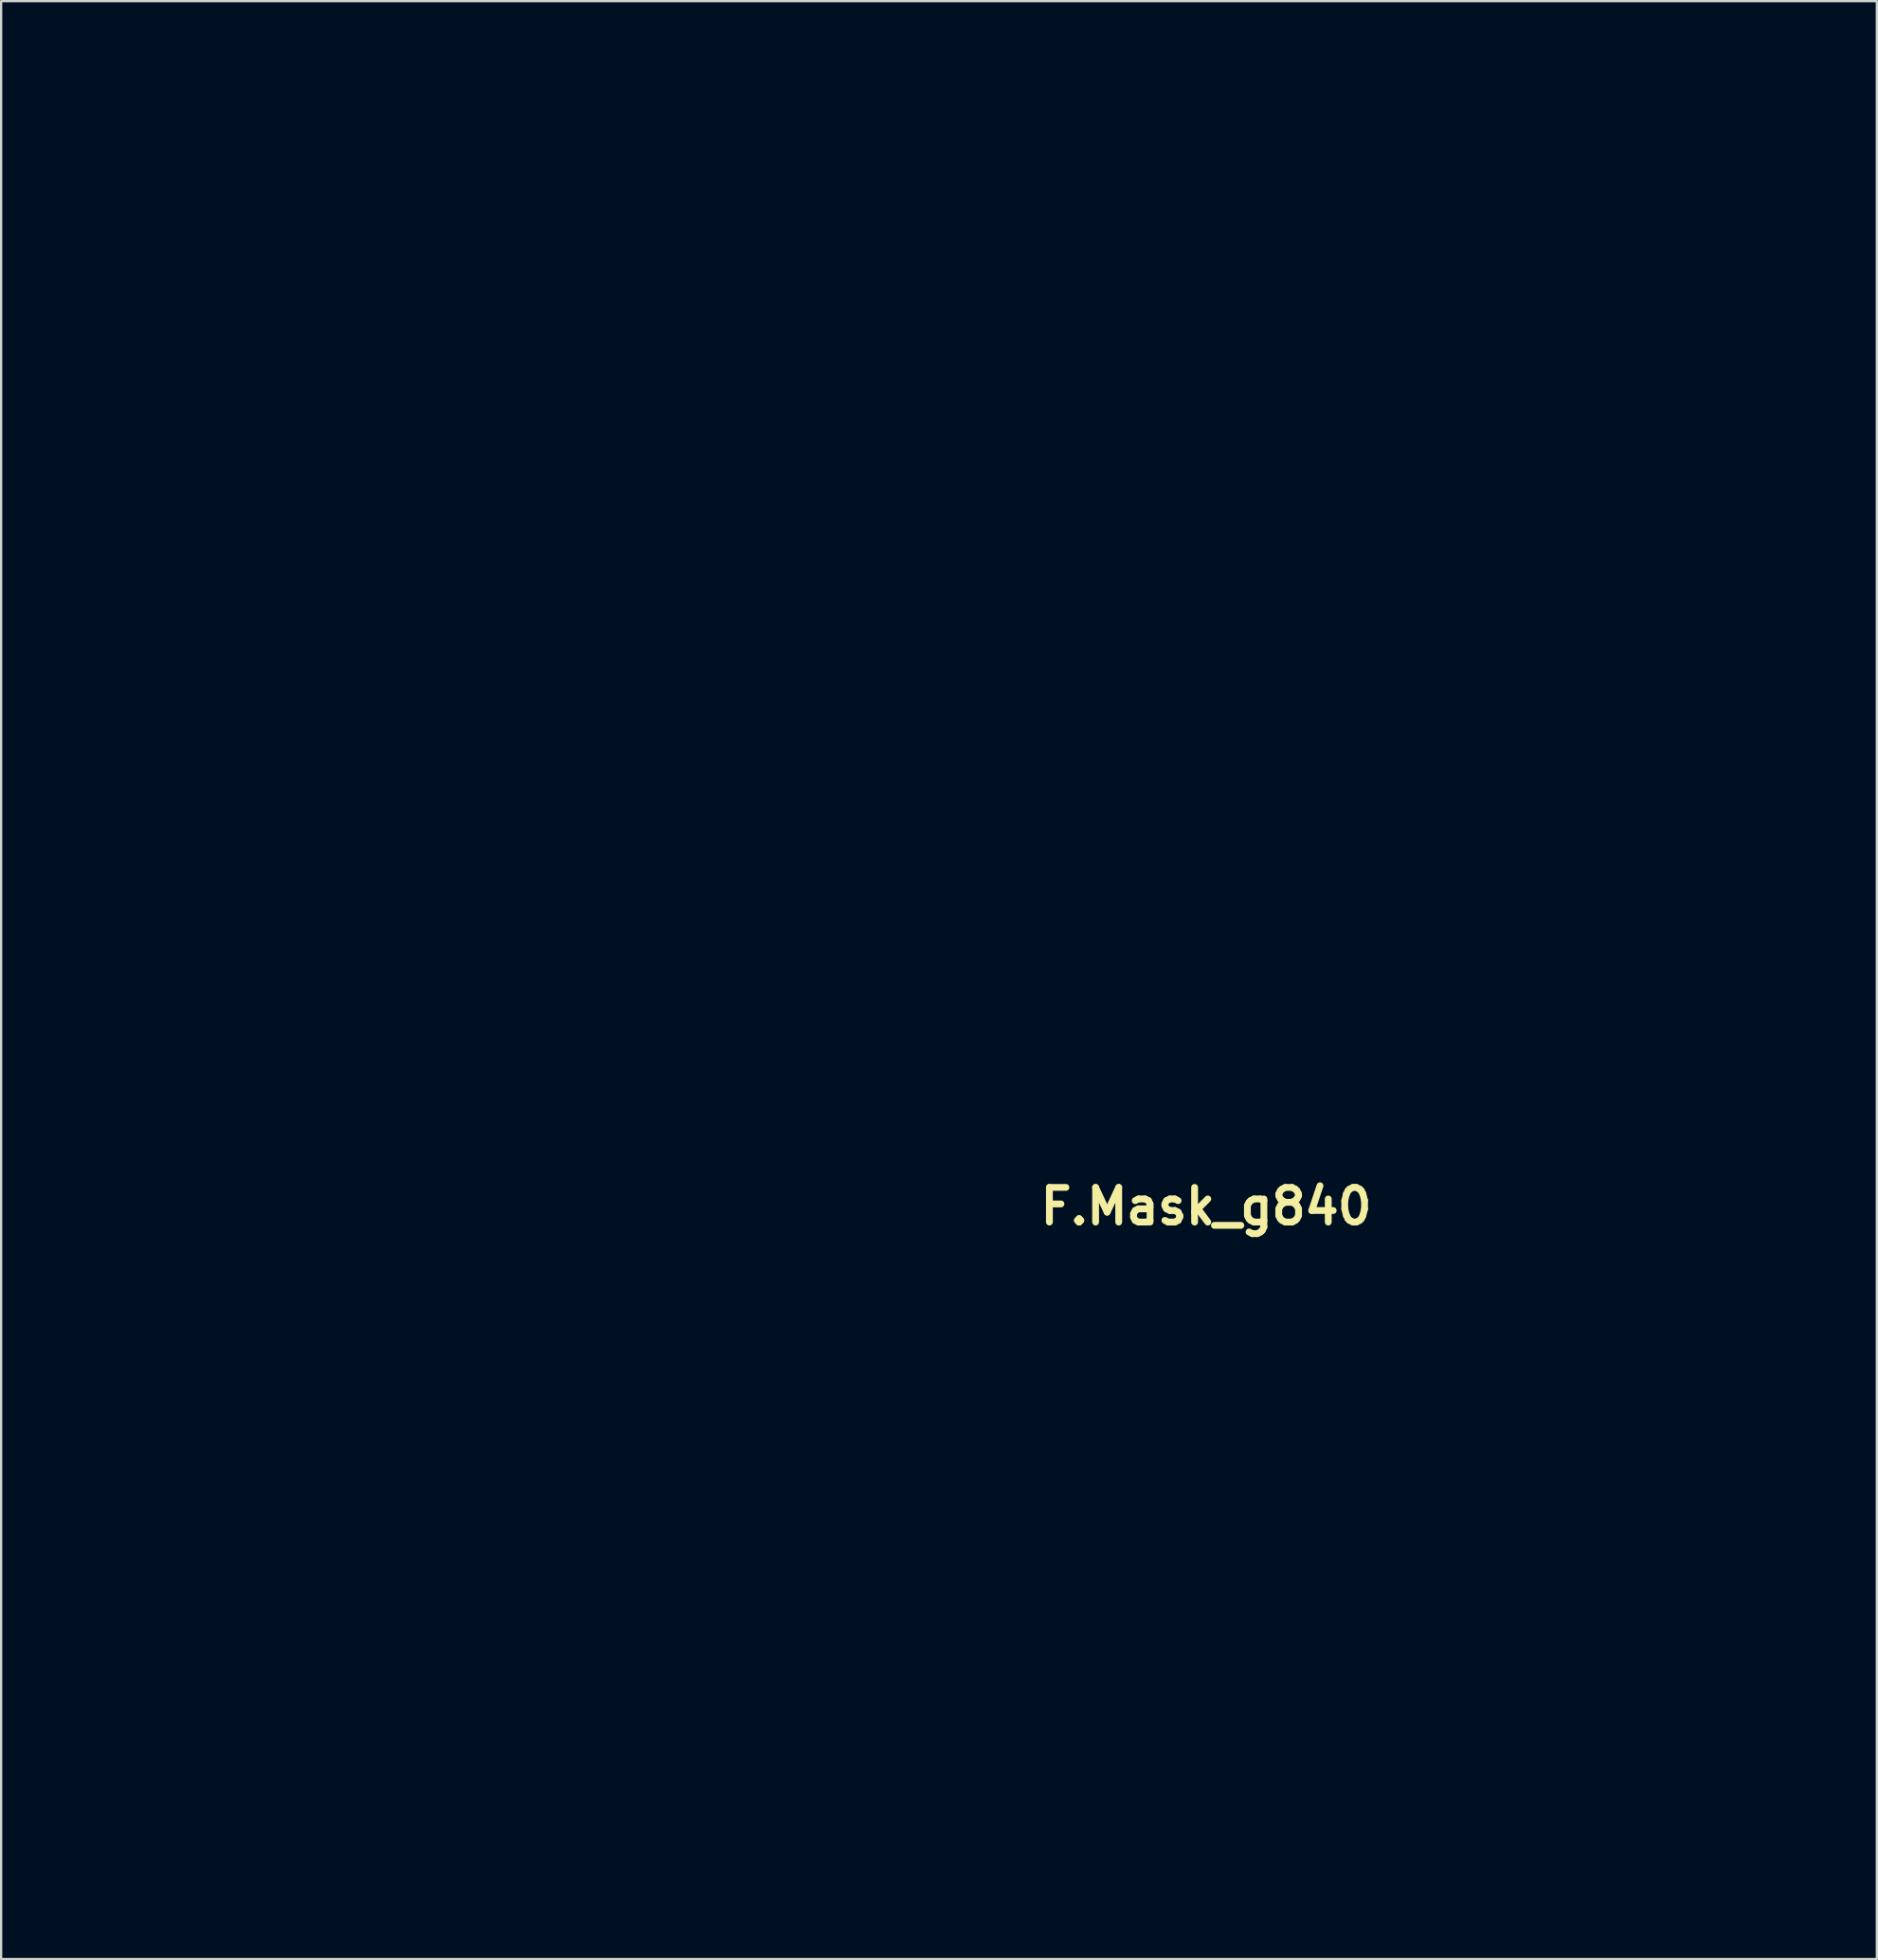
<source format=kicad_pcb>
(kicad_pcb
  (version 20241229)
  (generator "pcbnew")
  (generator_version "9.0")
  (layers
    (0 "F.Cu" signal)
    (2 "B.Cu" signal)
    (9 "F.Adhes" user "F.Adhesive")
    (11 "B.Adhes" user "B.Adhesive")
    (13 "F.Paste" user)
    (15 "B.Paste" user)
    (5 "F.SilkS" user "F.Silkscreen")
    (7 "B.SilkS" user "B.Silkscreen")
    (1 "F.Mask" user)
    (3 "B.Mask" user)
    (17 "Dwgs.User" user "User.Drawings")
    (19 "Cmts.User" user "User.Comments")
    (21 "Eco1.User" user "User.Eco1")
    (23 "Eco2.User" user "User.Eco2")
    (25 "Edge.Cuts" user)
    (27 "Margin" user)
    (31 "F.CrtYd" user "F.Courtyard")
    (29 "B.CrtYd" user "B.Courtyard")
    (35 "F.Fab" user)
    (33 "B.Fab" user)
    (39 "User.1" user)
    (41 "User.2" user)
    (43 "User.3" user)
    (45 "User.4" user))
  (footprint "F.Mask_g840"
    (layer "F.Cu")
    (at 50.001 49.997)
    (property "Reference" "F.Mask_g840" (at 0 0 0) (layer "F.SilkS") (effects (font (size 1.524 1.524) (thickness 0.3))))
    (attr through_hole)
    (fp_poly (pts (xy -42.707 -49.977) (xy -42.619 -49.946) (xy -42.566 -49.918) (xy -42.486 -49.869) (xy -42.378 -49.8) (xy -42.239 -49.709) (xy -42.07 -49.596) (xy -41.869 -49.46) (xy -41.636 -49.3) (xy -41.413 -49.147) (xy -40.942 -48.838) (xy -40.447 -48.544) (xy -39.943 -48.273) (xy -39.899 -48.251) (xy -39.64 -48.123) (xy -39.385 -48.002) (xy -39.13 -47.888) (xy -38.87 -47.777) (xy -38.599 -47.669) (xy -38.314 -47.56) (xy -38.009 -47.45) (xy -37.68 -47.337) (xy -37.322 -47.218) (xy -36.93 -47.093) (xy -36.714 -47.025) (xy -36.337 -46.905) (xy -35.996 -46.794) (xy -35.686 -46.687) (xy -35.401 -46.585) (xy -35.136 -46.483) (xy -34.886 -46.381) (xy -34.644 -46.277) (xy -34.407 -46.168) (xy -34.168 -46.052) (xy -34.137 -46.036) (xy -33.709 -45.81) (xy -33.32 -45.578) (xy -32.969 -45.339) (xy -32.673 -45.109) (xy -32.575 -45.023) (xy -32.451 -44.909) (xy -32.305 -44.77) (xy -32.141 -44.609) (xy -31.961 -44.43) (xy -31.769 -44.236) (xy -31.567 -44.03) (xy -31.36 -43.815) (xy -31.149 -43.595) (xy -30.939 -43.372) (xy -30.732 -43.151) (xy -30.532 -42.934) (xy -30.342 -42.725) (xy -30.217 -42.587) (xy -30.021 -42.365) (xy -29.851 -42.17) (xy -29.705 -41.997) (xy -29.579 -41.843) (xy -29.471 -41.705) (xy -29.378 -41.578) (xy -29.296 -41.458) (xy -29.223 -41.342) (xy -29.163 -41.238) (xy -29.089 -41.1) (xy -29.014 -40.952) (xy -28.941 -40.8) (xy -28.874 -40.651) (xy -28.814 -40.51) (xy -28.764 -40.383) (xy -28.727 -40.278) (xy -28.706 -40.199) (xy -28.702 -40.165) (xy -28.702 -40.155) (xy -28.699 -40.146) (xy -28.689 -40.14) (xy -28.668 -40.135) (xy -28.63 -40.131) (xy -28.571 -40.129) (xy -28.487 -40.127) (xy -28.373 -40.125) (xy -28.225 -40.124) (xy -28.078 -40.123) (xy -27.918 -40.122) (xy -27.793 -40.119) (xy -27.696 -40.116) (xy -27.618 -40.11) (xy -27.552 -40.102) (xy -27.491 -40.09) (xy -27.427 -40.075) (xy -27.387 -40.064) (xy -27.139 -39.982) (xy -26.897 -39.871) (xy -26.655 -39.727) (xy -26.416 -39.554) (xy -26.367 -39.512) (xy -26.292 -39.445) (xy -26.198 -39.357) (xy -26.089 -39.253) (xy -25.969 -39.138) (xy -25.844 -39.016) (xy -25.789 -38.962) (xy -25.3 -38.478) (xy -25.285 -38.654) (xy -25.26 -38.873) (xy -25.221 -39.093) (xy -25.167 -39.317) (xy -25.097 -39.551) (xy -25.01 -39.797) (xy -24.903 -40.058) (xy -24.776 -40.339) (xy -24.627 -40.643) (xy -24.455 -40.973) (xy -24.274 -41.305) (xy -24.153 -41.519) (xy -24.046 -41.698) (xy -23.95 -41.845) (xy -23.862 -41.964) (xy -23.777 -42.06) (xy -23.693 -42.134) (xy -23.607 -42.192) (xy -23.514 -42.236) (xy -23.413 -42.27) (xy -23.373 -42.28) (xy -23.319 -42.291) (xy -23.229 -42.306) (xy -23.113 -42.322) (xy -22.975 -42.341) (xy -22.825 -42.359) (xy -22.701 -42.374) (xy -22.458 -42.403) (xy -22.251 -42.43) (xy -22.076 -42.457) (xy -21.928 -42.486) (xy -21.802 -42.519) (xy -21.691 -42.557) (xy -21.591 -42.602) (xy -21.498 -42.657) (xy -21.404 -42.722) (xy -21.307 -42.8) (xy -21.209 -42.884) (xy -21.07 -42.997) (xy -20.93 -43.096) (xy -20.779 -43.183) (xy -20.61 -43.264) (xy -20.414 -43.342) (xy -20.188 -43.42) (xy -20.026 -43.474) (xy -19.892 -43.523) (xy -19.78 -43.571) (xy -19.684 -43.622) (xy -19.599 -43.681) (xy -19.517 -43.753) (xy -19.433 -43.842) (xy -19.34 -43.952) (xy -19.234 -44.09) (xy -19.145 -44.208) (xy -18.992 -44.403) (xy -18.842 -44.58) (xy -18.7 -44.733) (xy -18.567 -44.86) (xy -18.449 -44.957) (xy -18.385 -44.999) (xy -18.261 -45.066) (xy -18.144 -45.113) (xy -18.021 -45.143) (xy -17.879 -45.16) (xy -17.775 -45.165) (xy -17.613 -45.165) (xy -17.469 -45.151) (xy -17.337 -45.119) (xy -17.21 -45.067) (xy -17.083 -44.992) (xy -16.95 -44.891) (xy -16.804 -44.76) (xy -16.669 -44.627) (xy -16.537 -44.495) (xy -16.427 -44.391) (xy -16.332 -44.31) (xy -16.246 -44.247) (xy -16.164 -44.199) (xy -16.077 -44.159) (xy -15.981 -44.125) (xy -15.942 -44.113) (xy -15.81 -44.074) (xy -15.673 -44.035) (xy -15.536 -43.997) (xy -15.407 -43.963) (xy -15.292 -43.934) (xy -15.199 -43.912) (xy -15.133 -43.898) (xy -15.105 -43.895) (xy -15.053 -43.916) (xy -14.986 -43.976) (xy -14.902 -44.073) (xy -14.802 -44.209) (xy -14.775 -44.249) (xy -14.566 -44.527) (xy -14.342 -44.77) (xy -14.097 -44.983) (xy -13.825 -45.171) (xy -13.52 -45.34) (xy -13.462 -45.368) (xy -13.245 -45.466) (xy -13.031 -45.55) (xy -12.812 -45.622) (xy -12.582 -45.684) (xy -12.334 -45.738) (xy -12.062 -45.784) (xy -11.757 -45.826) (xy -11.578 -45.848) (xy -11.25 -45.889) (xy -10.925 -45.938) (xy -10.618 -45.992) (xy -10.35 -46.047) (xy -10.175 -46.084) (xy -9.993 -46.118) (xy -9.799 -46.148) (xy -9.59 -46.176) (xy -9.363 -46.201) (xy -9.114 -46.224) (xy -8.839 -46.246) (xy -8.535 -46.266) (xy -8.198 -46.285) (xy -7.824 -46.304) (xy -7.579 -46.315) (xy -6.999 -46.34) (xy -6.772 -46.109) (xy -6.636 -45.962) (xy -6.536 -45.835) (xy -6.47 -45.727) (xy -6.438 -45.637) (xy -6.435 -45.601) (xy -6.433 -45.562) (xy -6.42 -45.559) (xy -6.39 -45.584) (xy -6.361 -45.617) (xy -6.314 -45.677) (xy -6.258 -45.755) (xy -6.199 -45.839) (xy -6.079 -46.004) (xy -5.963 -46.135) (xy -5.843 -46.237) (xy -5.712 -46.313) (xy -5.562 -46.369) (xy -5.387 -46.409) (xy -5.178 -46.436) (xy -5.154 -46.439) (xy -5.042 -46.447) (xy -4.905 -46.454) (xy -4.758 -46.459) (xy -4.619 -46.461) (xy -4.604 -46.461) (xy -4.447 -46.463) (xy -4.268 -46.467) (xy -4.073 -46.473) (xy -3.873 -46.48) (xy -3.677 -46.489) (xy -3.492 -46.499) (xy -3.327 -46.51) (xy -3.193 -46.52) (xy -3.143 -46.525) (xy -3.022 -46.542) (xy -2.884 -46.566) (xy -2.755 -46.594) (xy -2.72 -46.603) (xy -2.622 -46.628) (xy -2.535 -46.644) (xy -2.446 -46.654) (xy -2.341 -46.659) (xy -2.212 -46.661) (xy -2.04 -46.658) (xy -1.898 -46.646) (xy -1.774 -46.623) (xy -1.656 -46.586) (xy -1.531 -46.534) (xy -1.492 -46.515) (xy -1.321 -46.415) (xy -1.187 -46.301) (xy -1.085 -46.167) (xy -1.012 -46.009) (xy -0.997 -45.962) (xy -0.969 -45.853) (xy -0.936 -45.703) (xy -0.899 -45.515) (xy -0.859 -45.289) (xy -0.815 -45.029) (xy -0.794 -44.899) (xy -0.761 -44.702) (xy -0.73 -44.54) (xy -0.697 -44.404) (xy -0.66 -44.288) (xy -0.616 -44.182) (xy -0.562 -44.081) (xy -0.496 -43.975) (xy -0.423 -43.868) (xy -0.321 -43.708) (xy -0.222 -43.522) (xy -0.134 -43.326) (xy -0.072 -43.159) (xy -0.047 -43.079) (xy -0.03 -43.011) (xy -0.019 -42.941) (xy -0.014 -42.858) (xy -0.012 -42.75) (xy -0.012 -42.693) (xy -0.013 -42.576) (xy -0.015 -42.488) (xy -0.023 -42.417) (xy -0.037 -42.349) (xy -0.06 -42.27) (xy -0.093 -42.169) (xy -0.101 -42.147) (xy -0.175 -41.948) (xy -0.258 -41.76) (xy -0.345 -41.593) (xy -0.431 -41.454) (xy -0.47 -41.402) (xy -0.554 -41.296) (xy -0.473 -41.296) (xy -0.391 -41.291) (xy -0.316 -41.274) (xy -0.245 -41.242) (xy -0.171 -41.19) (xy -0.09 -41.115) (xy 0.002 -41.014) (xy 0.11 -40.884) (xy 0.172 -40.806) (xy 0.291 -40.655) (xy 0.389 -40.534) (xy 0.471 -40.439) (xy 0.541 -40.369) (xy 0.605 -40.318) (xy 0.667 -40.284) (xy 0.731 -40.263) (xy 0.804 -40.253) (xy 0.889 -40.25) (xy 0.974 -40.249) (xy 1.071 -40.251) (xy 1.162 -40.257) (xy 1.257 -40.268) (xy 1.365 -40.285) (xy 1.497 -40.309) (xy 1.64 -40.339) (xy 1.824 -40.375) (xy 1.982 -40.403) (xy 2.129 -40.423) (xy 2.28 -40.439) (xy 2.451 -40.451) (xy 2.455 -40.451) (xy 2.713 -40.463) (xy 2.982 -40.466) (xy 3.258 -40.462) (xy 3.535 -40.451) (xy 3.805 -40.433) (xy 4.062 -40.409) (xy 4.301 -40.38) (xy 4.514 -40.346) (xy 4.696 -40.307) (xy 4.805 -40.276) (xy 4.943 -40.209) (xy 5.07 -40.104) (xy 5.184 -39.962) (xy 5.283 -39.787) (xy 5.366 -39.58) (xy 5.431 -39.345) (xy 5.432 -39.338) (xy 5.444 -39.267) (xy 5.456 -39.164) (xy 5.468 -39.04) (xy 5.477 -38.905) (xy 5.482 -38.813) (xy 5.488 -38.691) (xy 5.495 -38.583) (xy 5.502 -38.498) (xy 5.508 -38.442) (xy 5.512 -38.423) (xy 5.536 -38.424) (xy 5.592 -38.436) (xy 5.672 -38.458) (xy 5.767 -38.486) (xy 5.773 -38.488) (xy 5.899 -38.526) (xy 6.005 -38.557) (xy 6.101 -38.581) (xy 6.201 -38.602) (xy 6.316 -38.622) (xy 6.458 -38.645) (xy 6.498 -38.651) (xy 6.824 -38.691) (xy 7.17 -38.718) (xy 7.523 -38.729) (xy 7.871 -38.726) (xy 8.203 -38.708) (xy 8.456 -38.682) (xy 8.794 -38.624) (xy 9.126 -38.542) (xy 9.445 -38.438) (xy 9.748 -38.313) (xy 10.03 -38.171) (xy 10.287 -38.013) (xy 10.513 -37.841) (xy 10.704 -37.658) (xy 10.778 -37.573) (xy 10.895 -37.41) (xy 10.985 -37.242) (xy 11.055 -37.055) (xy 11.101 -36.878) (xy 11.125 -36.778) (xy 11.15 -36.688) (xy 11.173 -36.619) (xy 11.188 -36.587) (xy 11.225 -36.552) (xy 11.294 -36.507) (xy 11.385 -36.457) (xy 11.418 -36.441) (xy 11.523 -36.387) (xy 11.594 -36.34) (xy 11.637 -36.288) (xy 11.658 -36.223) (xy 11.661 -36.134) (xy 11.656 -36.04) (xy 11.648 -35.941) (xy 11.638 -35.841) (xy 11.629 -35.761) (xy 11.629 -35.756) (xy 11.615 -35.645) (xy 11.794 -35.645) (xy 11.98 -35.636) (xy 12.142 -35.611) (xy 12.273 -35.571) (xy 12.305 -35.556) (xy 12.382 -35.507) (xy 12.473 -35.431) (xy 12.571 -35.339) (xy 12.665 -35.24) (xy 12.748 -35.142) (xy 12.809 -35.055) (xy 12.828 -35.021) (xy 12.881 -34.873) (xy 12.906 -34.702) (xy 12.906 -34.517) (xy 12.881 -34.329) (xy 12.83 -34.146) (xy 12.774 -34.015) (xy 12.694 -33.877) (xy 12.59 -33.734) (xy 12.458 -33.581) (xy 12.293 -33.414) (xy 12.18 -33.307) (xy 11.971 -33.111) (xy 11.797 -32.94) (xy 11.655 -32.794) (xy 11.547 -32.672) (xy 11.473 -32.575) (xy 11.452 -32.544) (xy 11.389 -32.405) (xy 11.367 -32.272) (xy 11.387 -32.143) (xy 11.45 -32.021) (xy 11.526 -31.931) (xy 11.569 -31.894) (xy 11.621 -31.862) (xy 11.687 -31.835) (xy 11.77 -31.812) (xy 11.875 -31.793) (xy 12.005 -31.776) (xy 12.164 -31.76) (xy 12.356 -31.746) (xy 12.586 -31.732) (xy 12.647 -31.728) (xy 12.932 -31.71) (xy 13.181 -31.686) (xy 13.397 -31.657) (xy 13.585 -31.62) (xy 13.752 -31.575) (xy 13.901 -31.521) (xy 14.038 -31.457) (xy 14.119 -31.412) (xy 14.243 -31.324) (xy 14.369 -31.209) (xy 14.488 -31.078) (xy 14.586 -30.943) (xy 14.616 -30.893) (xy 14.71 -30.696) (xy 14.779 -30.486) (xy 14.824 -30.271) (xy 14.844 -30.058) (xy 14.837 -29.856) (xy 14.803 -29.673) (xy 14.776 -29.594) (xy 14.753 -29.525) (xy 14.742 -29.467) (xy 14.743 -29.441) (xy 14.762 -29.41) (xy 14.803 -29.356) (xy 14.86 -29.289) (xy 14.903 -29.24) (xy 15.011 -29.104) (xy 15.079 -28.975) (xy 15.107 -28.85) (xy 15.094 -28.726) (xy 15.041 -28.597) (xy 14.948 -28.46) (xy 14.923 -28.429) (xy 14.849 -28.331) (xy 14.812 -28.254) (xy 14.811 -28.198) (xy 14.847 -28.162) (xy 14.919 -28.144) (xy 14.971 -28.143) (xy 15.009 -28.145) (xy 15.056 -28.153) (xy 15.116 -28.167) (xy 15.193 -28.189) (xy 15.29 -28.219) (xy 15.41 -28.259) (xy 15.558 -28.309) (xy 15.736 -28.372) (xy 15.949 -28.447) (xy 16.061 -28.488) (xy 16.245 -28.552) (xy 16.425 -28.609) (xy 16.603 -28.662) (xy 16.785 -28.709) (xy 16.971 -28.751) (xy 17.167 -28.789) (xy 17.376 -28.824) (xy 17.6 -28.855) (xy 17.844 -28.883) (xy 18.11 -28.91) (xy 18.403 -28.934) (xy 18.724 -28.957) (xy 19.079 -28.979) (xy 19.469 -29.001) (xy 19.833 -29.02) (xy 20.225 -29.04) (xy 20.578 -29.061) (xy 20.897 -29.083) (xy 21.185 -29.107) (xy 21.446 -29.134) (xy 21.684 -29.165) (xy 21.904 -29.199) (xy 22.108 -29.239) (xy 22.301 -29.285) (xy 22.486 -29.337) (xy 22.669 -29.397) (xy 22.851 -29.464) (xy 23.038 -29.541) (xy 23.233 -29.627) (xy 23.441 -29.724) (xy 23.453 -29.73) (xy 23.663 -29.828) (xy 23.839 -29.905) (xy 23.986 -29.963) (xy 24.105 -30.004) (xy 24.201 -30.028) (xy 24.268 -30.036) (xy 24.369 -30.039) (xy 24.439 -30.035) (xy 24.489 -30.022) (xy 24.53 -29.997) (xy 24.566 -29.964) (xy 24.611 -29.912) (xy 24.632 -29.863) (xy 24.638 -29.796) (xy 24.638 -29.787) (xy 24.631 -29.709) (xy 24.613 -29.616) (xy 24.593 -29.547) (xy 24.527 -29.368) (xy 24.437 -29.162) (xy 24.327 -28.934) (xy 24.199 -28.69) (xy 24.057 -28.435) (xy 23.905 -28.174) (xy 23.744 -27.912) (xy 23.579 -27.656) (xy 23.413 -27.411) (xy 23.248 -27.182) (xy 23.132 -27.03) (xy 23.057 -26.935) (xy 22.966 -26.818) (xy 22.866 -26.691) (xy 22.768 -26.566) (xy 22.717 -26.501) (xy 22.559 -26.292) (xy 22.401 -26.074) (xy 22.251 -25.855) (xy 22.115 -25.645) (xy 21.999 -25.452) (xy 21.962 -25.387) (xy 21.898 -25.267) (xy 21.832 -25.133) (xy 21.761 -24.981) (xy 21.684 -24.806) (xy 21.599 -24.605) (xy 21.505 -24.373) (xy 21.399 -24.106) (xy 21.367 -24.024) (xy 21.193 -23.59) (xy 21.025 -23.194) (xy 20.86 -22.831) (xy 20.696 -22.498) (xy 20.531 -22.191) (xy 20.363 -21.906) (xy 20.189 -21.639) (xy 20.006 -21.385) (xy 19.813 -21.142) (xy 19.607 -20.904) (xy 19.399 -20.682) (xy 19.248 -20.53) (xy 19.098 -20.384) (xy 18.944 -20.242) (xy 18.783 -20.102) (xy 18.612 -19.96) (xy 18.427 -19.813) (xy 18.224 -19.66) (xy 18 -19.496) (xy 17.751 -19.319) (xy 17.473 -19.127) (xy 17.164 -18.915) (xy 17.113 -18.881) (xy 16.753 -18.636) (xy 16.419 -18.404) (xy 16.114 -18.189) (xy 15.839 -17.99) (xy 15.597 -17.811) (xy 15.42 -17.675) (xy 15.052 -17.4) (xy 14.704 -17.16) (xy 14.373 -16.957) (xy 14.196 -16.858) (xy 14.114 -16.814) (xy 14.05 -16.777) (xy 14.01 -16.752) (xy 14.002 -16.743) (xy 14.028 -16.745) (xy 14.09 -16.749) (xy 14.183 -16.756) (xy 14.301 -16.765) (xy 14.437 -16.776) (xy 14.563 -16.786) (xy 14.97 -16.815) (xy 15.342 -16.834) (xy 15.684 -16.843) (xy 16.003 -16.842) (xy 16.305 -16.83) (xy 16.595 -16.808) (xy 16.88 -16.773) (xy 17.165 -16.727) (xy 17.456 -16.669) (xy 17.76 -16.597) (xy 17.863 -16.571) (xy 18.327 -16.441) (xy 18.797 -16.285) (xy 19.278 -16.102) (xy 19.771 -15.892) (xy 20.281 -15.653) (xy 20.81 -15.383) (xy 21.362 -15.081) (xy 21.373 -15.075) (xy 21.608 -14.942) (xy 21.812 -14.828) (xy 21.991 -14.729) (xy 22.151 -14.642) (xy 22.296 -14.565) (xy 22.433 -14.493) (xy 22.567 -14.425) (xy 22.705 -14.357) (xy 22.848 -14.287) (xy 23.083 -14.175) (xy 23.305 -14.074) (xy 23.522 -13.979) (xy 23.739 -13.89) (xy 23.964 -13.803) (xy 24.204 -13.715) (xy 24.466 -13.625) (xy 24.756 -13.528) (xy 25.021 -13.442) (xy 25.299 -13.353) (xy 25.538 -13.275) (xy 25.743 -13.207) (xy 25.916 -13.147) (xy 26.06 -13.095) (xy 26.177 -13.048) (xy 26.27 -13.006) (xy 26.343 -12.967) (xy 26.397 -12.93) (xy 26.436 -12.893) (xy 26.463 -12.855) (xy 26.48 -12.814) (xy 26.49 -12.77) (xy 26.495 -12.726) (xy 26.489 -12.611) (xy 26.447 -12.517) (xy 26.377 -12.448) (xy 26.308 -12.411) (xy 26.201 -12.369) (xy 26.055 -12.322) (xy 25.868 -12.27) (xy 25.641 -12.213) (xy 25.463 -12.171) (xy 25.153 -12.095) (xy 24.866 -12.016) (xy 24.597 -11.931) (xy 24.342 -11.838) (xy 24.096 -11.734) (xy 23.855 -11.617) (xy 23.613 -11.484) (xy 23.367 -11.333) (xy 23.112 -11.161) (xy 22.843 -10.967) (xy 22.555 -10.747) (xy 22.244 -10.499) (xy 22.15 -10.422) (xy 21.86 -10.186) (xy 21.598 -9.975) (xy 21.359 -9.785) (xy 21.14 -9.614) (xy 20.937 -9.459) (xy 20.745 -9.316) (xy 20.561 -9.182) (xy 20.38 -9.054) (xy 20.198 -8.93) (xy 20.012 -8.806) (xy 19.971 -8.779) (xy 19.7 -8.605) (xy 19.452 -8.456) (xy 19.219 -8.325) (xy 18.994 -8.21) (xy 18.767 -8.106) (xy 18.53 -8.009) (xy 18.38 -7.951) (xy 17.956 -7.806) (xy 17.497 -7.669) (xy 17.009 -7.542) (xy 16.499 -7.428) (xy 15.974 -7.326) (xy 15.441 -7.239) (xy 14.905 -7.169) (xy 14.373 -7.115) (xy 14.351 -7.113) (xy 14.237 -7.103) (xy 14.127 -7.093) (xy 14.034 -7.085) (xy 13.975 -7.079) (xy 13.864 -7.067) (xy 14.202 -6.708) (xy 14.378 -6.518) (xy 14.534 -6.344) (xy 14.672 -6.182) (xy 14.794 -6.026) (xy 14.905 -5.871) (xy 15.007 -5.713) (xy 15.103 -5.545) (xy 15.197 -5.363) (xy 15.291 -5.163) (xy 15.388 -4.938) (xy 15.492 -4.683) (xy 15.605 -4.394) (xy 15.623 -4.349) (xy 15.806 -3.882) (xy 15.989 -3.433) (xy 16.177 -2.986) (xy 16.378 -2.526) (xy 16.498 -2.257) (xy 16.686 -1.829) (xy 16.854 -1.424) (xy 17.004 -1.034) (xy 17.138 -0.655) (xy 17.256 -0.281) (xy 17.362 0.096) (xy 17.455 0.48) (xy 17.539 0.878) (xy 17.614 1.295) (xy 17.681 1.739) (xy 17.744 2.213) (xy 17.789 2.603) (xy 17.819 2.876) (xy 17.844 3.132) (xy 17.865 3.378) (xy 17.882 3.619) (xy 17.896 3.862) (xy 17.907 4.113) (xy 17.916 4.377) (xy 17.922 4.662) (xy 17.926 4.973) (xy 17.927 5.316) (xy 17.928 5.556) (xy 17.927 5.819) (xy 17.926 6.12) (xy 17.923 6.454) (xy 17.919 6.817) (xy 17.915 7.205) (xy 17.909 7.613) (xy 17.903 8.037) (xy 17.896 8.472) (xy 17.889 8.915) (xy 17.881 9.359) (xy 17.873 9.802) (xy 17.864 10.238) (xy 17.855 10.664) (xy 17.846 11.074) (xy 17.836 11.465) (xy 17.827 11.831) (xy 17.818 12.139) (xy 17.809 12.458) (xy 17.803 12.772) (xy 17.797 13.077) (xy 17.794 13.37) (xy 17.792 13.647) (xy 17.792 13.905) (xy 17.794 14.14) (xy 17.797 14.348) (xy 17.802 14.525) (xy 17.808 14.669) (xy 17.816 14.774) (xy 17.819 14.796) (xy 17.831 14.885) (xy 17.85 15.006) (xy 17.873 15.148) (xy 17.898 15.301) (xy 17.925 15.454) (xy 17.93 15.483) (xy 17.966 15.691) (xy 17.991 15.863) (xy 18.006 16) (xy 18.011 16.108) (xy 18.007 16.189) (xy 17.993 16.247) (xy 17.978 16.275) (xy 17.94 16.315) (xy 17.882 16.361) (xy 17.847 16.385) (xy 17.782 16.421) (xy 17.72 16.442) (xy 17.658 16.446) (xy 17.592 16.431) (xy 17.521 16.395) (xy 17.439 16.337) (xy 17.346 16.253) (xy 17.237 16.142) (xy 17.109 16.002) (xy 16.96 15.831) (xy 16.908 15.769) (xy 16.79 15.634) (xy 16.674 15.505) (xy 16.558 15.383) (xy 16.44 15.264) (xy 16.317 15.149) (xy 16.188 15.034) (xy 16.049 14.92) (xy 15.9 14.803) (xy 15.737 14.684) (xy 15.559 14.56) (xy 15.363 14.429) (xy 15.148 14.291) (xy 14.911 14.143) (xy 14.65 13.985) (xy 14.363 13.814) (xy 14.047 13.63) (xy 13.701 13.43) (xy 13.322 13.214) (xy 12.909 12.979) (xy 12.838 12.939) (xy 12.476 12.735) (xy 12.148 12.551) (xy 11.85 12.387) (xy 11.581 12.241) (xy 11.336 12.112) (xy 11.114 11.998) (xy 10.911 11.899) (xy 10.725 11.812) (xy 10.552 11.737) (xy 10.391 11.673) (xy 10.238 11.618) (xy 10.09 11.571) (xy 9.945 11.531) (xy 9.8 11.497) (xy 9.652 11.466) (xy 9.497 11.439) (xy 9.44 11.43) (xy 9.205 11.393) (xy 9.007 11.36) (xy 8.838 11.332) (xy 8.695 11.306) (xy 8.57 11.283) (xy 8.458 11.26) (xy 8.353 11.237) (xy 8.251 11.213) (xy 8.19 11.198) (xy 7.699 11.06) (xy 7.222 10.894) (xy 6.747 10.696) (xy 6.5 10.581) (xy 6.291 10.478) (xy 6.109 10.384) (xy 5.941 10.292) (xy 5.774 10.194) (xy 5.597 10.083) (xy 5.464 9.997) (xy 5.374 9.938) (xy 5.292 9.883) (xy 5.214 9.83) (xy 5.137 9.776) (xy 5.057 9.717) (xy 4.97 9.652) (xy 4.873 9.578) (xy 4.762 9.491) (xy 4.634 9.389) (xy 4.485 9.269) (xy 4.311 9.129) (xy 4.108 8.965) (xy 4.052 8.919) (xy 3.888 8.787) (xy 3.727 8.658) (xy 3.573 8.535) (xy 3.431 8.422) (xy 3.305 8.323) (xy 3.201 8.242) (xy 3.121 8.181) (xy 3.083 8.153) (xy 2.893 8.022) (xy 2.667 7.879) (xy 2.406 7.725) (xy 2.108 7.558) (xy 1.773 7.379) (xy 1.503 7.239) (xy 1.253 7.11) (xy 1.037 6.997) (xy 0.851 6.896) (xy 0.689 6.807) (xy 0.549 6.726) (xy 0.425 6.65) (xy 0.314 6.577) (xy 0.21 6.505) (xy 0.131 6.446) (xy -0.075 6.279) (xy -0.254 6.103) (xy -0.415 5.911) (xy -0.564 5.693) (xy -0.699 5.461) (xy -0.785 5.304) (xy -0.858 5.18) (xy -0.921 5.086) (xy -0.98 5.017) (xy -1.037 4.968) (xy -1.098 4.936) (xy -1.167 4.915) (xy -1.249 4.902) (xy -1.254 4.901) (xy -1.327 4.895) (xy -1.365 4.899) (xy -1.376 4.913) (xy -1.366 4.938) (xy -1.338 5) (xy -1.292 5.095) (xy -1.229 5.221) (xy -1.151 5.377) (xy -1.058 5.56) (xy -0.952 5.769) (xy -0.833 6.002) (xy -0.702 6.257) (xy -0.561 6.531) (xy -0.41 6.822) (xy -0.251 7.13) (xy -0.238 7.154) (xy 0.207 8.012) (xy 0.242 8.594) (xy 0.269 9.02) (xy 0.296 9.408) (xy 0.323 9.755) (xy 0.35 10.063) (xy 0.377 10.33) (xy 0.404 10.557) (xy 0.431 10.742) (xy 0.458 10.885) (xy 0.465 10.914) (xy 0.496 11.055) (xy 0.528 11.227) (xy 0.561 11.416) (xy 0.591 11.612) (xy 0.617 11.801) (xy 0.618 11.811) (xy 0.628 11.916) (xy 0.635 12.057) (xy 0.641 12.227) (xy 0.645 12.419) (xy 0.647 12.627) (xy 0.647 12.843) (xy 0.645 13.062) (xy 0.641 13.277) (xy 0.636 13.481) (xy 0.629 13.667) (xy 0.621 13.829) (xy 0.611 13.96) (xy 0.607 13.991) (xy 0.504 14.743) (xy 0.364 15.479) (xy 0.19 16.2) (xy -0.019 16.903) (xy -0.262 17.585) (xy -0.538 18.246) (xy -0.847 18.884) (xy -1.187 19.496) (xy -1.559 20.082) (xy -1.733 20.331) (xy -1.852 20.495) (xy -1.975 20.659) (xy -2.104 20.826) (xy -2.24 20.996) (xy -2.385 21.172) (xy -2.54 21.356) (xy -2.708 21.55) (xy -2.89 21.756) (xy -3.088 21.975) (xy -3.303 22.21) (xy -3.538 22.462) (xy -3.793 22.734) (xy -4.072 23.027) (xy -4.374 23.343) (xy -4.703 23.685) (xy -5.06 24.053) (xy -5.186 24.183) (xy -5.494 24.5) (xy -5.775 24.79) (xy -6.029 25.055) (xy -6.259 25.296) (xy -6.468 25.517) (xy -6.657 25.719) (xy -6.828 25.905) (xy -6.984 26.076) (xy -7.126 26.236) (xy -7.256 26.386) (xy -7.377 26.529) (xy -7.49 26.667) (xy -7.598 26.801) (xy -7.703 26.936) (xy -7.8 27.064) (xy -7.906 27.207) (xy -8.004 27.343) (xy -8.095 27.477) (xy -8.184 27.613) (xy -8.272 27.756) (xy -8.363 27.91) (xy -8.458 28.081) (xy -8.561 28.272) (xy -8.674 28.488) (xy -8.801 28.734) (xy -8.919 28.967) (xy -9.007 29.14) (xy -9.092 29.306) (xy -9.172 29.46) (xy -9.244 29.596) (xy -9.305 29.71) (xy -9.353 29.798) (xy -9.386 29.854) (xy -9.393 29.865) (xy -9.482 29.969) (xy -9.571 30.031) (xy -9.685 30.072) (xy -9.813 30.091) (xy -9.939 30.085) (xy -10.003 30.07) (xy -10.084 30.039) (xy -10.16 30.002) (xy -10.222 29.964) (xy -10.259 29.931) (xy -10.266 29.916) (xy -10.277 29.887) (xy -10.308 29.834) (xy -10.351 29.768) (xy -10.359 29.756) (xy -10.434 29.643) (xy -10.528 29.497) (xy -10.636 29.32) (xy -10.758 29.116) (xy -10.892 28.889) (xy -11.035 28.642) (xy -11.049 28.617) (xy -11.186 28.379) (xy -11.315 28.159) (xy -11.438 27.953) (xy -11.559 27.757) (xy -11.679 27.567) (xy -11.802 27.379) (xy -11.93 27.189) (xy -12.067 26.993) (xy -12.214 26.786) (xy -12.376 26.565) (xy -12.553 26.326) (xy -12.75 26.064) (xy -12.97 25.775) (xy -13.111 25.59) (xy -13.454 25.138) (xy -13.769 24.713) (xy -14.061 24.31) (xy -14.33 23.926) (xy -14.58 23.558) (xy -14.813 23.201) (xy -15.032 22.852) (xy -15.24 22.506) (xy -15.438 22.161) (xy -15.473 22.098) (xy -15.81 21.463) (xy -16.111 20.834) (xy -16.374 20.213) (xy -16.6 19.601) (xy -16.787 19) (xy -16.936 18.41) (xy -17.046 17.833) (xy -17.081 17.59) (xy -17.113 17.33) (xy -17.145 17.034) (xy -17.177 16.709) (xy -17.209 16.362) (xy -17.24 15.998) (xy -17.27 15.624) (xy -17.298 15.247) (xy -17.323 14.874) (xy -17.346 14.51) (xy -17.365 14.163) (xy -17.381 13.838) (xy -17.392 13.543) (xy -17.395 13.442) (xy -17.401 13.12) (xy -17.402 12.818) (xy -17.395 12.53) (xy -17.382 12.252) (xy -17.361 11.977) (xy -17.331 11.7) (xy -17.291 11.417) (xy -17.242 11.122) (xy -17.182 10.809) (xy -17.111 10.473) (xy -17.028 10.11) (xy -16.932 9.713) (xy -16.904 9.599) (xy -16.819 9.253) (xy -16.745 8.946) (xy -16.683 8.677) (xy -16.632 8.445) (xy -16.592 8.249) (xy -16.562 8.087) (xy -16.542 7.958) (xy -16.532 7.861) (xy -16.531 7.826) (xy -16.536 7.785) (xy -16.558 7.775) (xy -16.589 7.781) (xy -16.662 7.803) (xy -16.763 7.842) (xy -16.881 7.892) (xy -17.008 7.95) (xy -17.133 8.011) (xy -17.247 8.071) (xy -17.26 8.078) (xy -17.508 8.225) (xy -17.783 8.403) (xy -18.083 8.612) (xy -18.246 8.731) (xy -18.434 8.868) (xy -18.595 8.982) (xy -18.737 9.078) (xy -18.866 9.159) (xy -18.987 9.23) (xy -19.108 9.295) (xy -19.128 9.305) (xy -19.379 9.42) (xy -19.615 9.501) (xy -19.833 9.549) (xy -20.032 9.563) (xy -20.21 9.542) (xy -20.36 9.49) (xy -20.489 9.41) (xy -20.619 9.299) (xy -20.743 9.167) (xy -20.851 9.022) (xy -20.937 8.876) (xy -20.989 8.748) (xy -21.011 8.683) (xy -21.034 8.635) (xy -21.046 8.621) (xy -21.075 8.615) (xy -21.139 8.61) (xy -21.228 8.606) (xy -21.336 8.604) (xy -21.389 8.604) (xy -21.706 8.604) (xy -21.84 8.532) (xy -21.972 8.442) (xy -22.099 8.319) (xy -22.223 8.157) (xy -22.31 8.022) (xy -22.395 7.883) (xy -22.486 7.74) (xy -22.577 7.599) (xy -22.665 7.469) (xy -22.743 7.358) (xy -22.807 7.272) (xy -22.825 7.25) (xy -22.869 7.199) (xy -22.936 7.125) (xy -23.018 7.036) (xy -23.109 6.939) (xy -23.176 6.869) (xy -23.363 6.666) (xy -23.519 6.481) (xy -23.648 6.305) (xy -23.752 6.132) (xy -23.835 5.955) (xy -23.9 5.768) (xy -23.949 5.562) (xy -23.986 5.331) (xy -24.014 5.068) (xy -24.024 4.942) (xy -24.036 4.782) (xy -24.047 4.66) (xy -24.057 4.571) (xy -24.067 4.51) (xy -24.077 4.473) (xy -24.088 4.455) (xy -24.09 4.454) (xy -24.116 4.457) (xy -24.173 4.472) (xy -24.252 4.498) (xy -24.337 4.529) (xy -24.458 4.572) (xy -24.6 4.618) (xy -24.74 4.66) (xy -24.819 4.682) (xy -24.902 4.704) (xy -24.97 4.72) (xy -25.033 4.732) (xy -25.099 4.74) (xy -25.174 4.745) (xy -25.267 4.748) (xy -25.386 4.749) (xy -25.538 4.75) (xy -25.559 4.75) (xy -25.712 4.75) (xy -25.845 4.747) (xy -25.966 4.742) (xy -26.08 4.734) (xy -26.196 4.72) (xy -26.318 4.701) (xy -26.455 4.676) (xy -26.612 4.643) (xy -26.797 4.602) (xy -27.016 4.552) (xy -27.023 4.55) (xy -27.269 4.494) (xy -27.48 4.448) (xy -27.662 4.411) (xy -27.822 4.382) (xy -27.966 4.361) (xy -28.1 4.348) (xy -28.23 4.342) (xy -28.362 4.341) (xy -28.504 4.346) (xy -28.659 4.357) (xy -28.833 4.371) (xy -29.036 4.385) (xy -29.244 4.395) (xy -29.449 4.399) (xy -29.644 4.399) (xy -29.823 4.394) (xy -29.98 4.384) (xy -30.107 4.369) (xy -30.191 4.352) (xy -30.39 4.28) (xy -30.557 4.183) (xy -30.695 4.058) (xy -30.809 3.902) (xy -30.843 3.84) (xy -30.888 3.746) (xy -30.931 3.645) (xy -30.969 3.548) (xy -30.996 3.464) (xy -31.009 3.405) (xy -31.009 3.395) (xy -31.013 3.378) (xy -31.027 3.37) (xy -31.057 3.373) (xy -31.109 3.388) (xy -31.188 3.417) (xy -31.3 3.459) (xy -31.325 3.469) (xy -31.502 3.533) (xy -31.652 3.572) (xy -31.784 3.589) (xy -31.905 3.582) (xy -32.024 3.553) (xy -32.149 3.5) (xy -32.152 3.499) (xy -32.259 3.432) (xy -32.372 3.336) (xy -32.481 3.223) (xy -32.575 3.102) (xy -32.639 2.995) (xy -32.67 2.932) (xy -32.691 2.881) (xy -32.703 2.832) (xy -32.71 2.773) (xy -32.712 2.694) (xy -32.712 2.584) (xy -32.712 2.582) (xy -32.709 2.455) (xy -32.702 2.349) (xy -32.688 2.247) (xy -32.665 2.133) (xy -32.643 2.043) (xy -32.609 1.897) (xy -32.582 1.772) (xy -32.561 1.655) (xy -32.544 1.534) (xy -32.529 1.398) (xy -32.515 1.236) (xy -32.51 1.176) (xy -32.502 1.048) (xy -32.497 0.913) (xy -32.495 0.778) (xy -32.496 0.652) (xy -32.5 0.541) (xy -32.506 0.454) (xy -32.515 0.398) (xy -32.521 0.384) (xy -32.539 0.379) (xy -32.581 0.385) (xy -32.649 0.404) (xy -32.747 0.437) (xy -32.876 0.484) (xy -33.038 0.546) (xy -33.236 0.624) (xy -33.263 0.635) (xy -33.844 0.848) (xy -34.458 1.039) (xy -35.105 1.206) (xy -35.781 1.35) (xy -36.486 1.469) (xy -37.217 1.565) (xy -37.782 1.62) (xy -37.962 1.633) (xy -38.171 1.644) (xy -38.403 1.653) (xy -38.649 1.66) (xy -38.901 1.665) (xy -39.152 1.668) (xy -39.394 1.668) (xy -39.617 1.666) (xy -39.816 1.662) (xy -39.981 1.654) (xy -39.995 1.654) (xy -40.198 1.639) (xy -40.391 1.621) (xy -40.578 1.598) (xy -40.765 1.571) (xy -40.955 1.537) (xy -41.154 1.495) (xy -41.366 1.445) (xy -41.595 1.386) (xy -41.846 1.317) (xy -42.124 1.236) (xy -42.432 1.142) (xy -42.767 1.038) (xy -43.143 0.924) (xy -43.483 0.828) (xy -43.788 0.75) (xy -44.059 0.69) (xy -44.143 0.673) (xy -44.236 0.657) (xy -44.322 0.644) (xy -44.409 0.636) (xy -44.507 0.63) (xy -44.625 0.627) (xy -44.77 0.626) (xy -44.873 0.626) (xy -45.036 0.627) (xy -45.166 0.629) (xy -45.271 0.633) (xy -45.362 0.64) (xy -45.446 0.65) (xy -45.534 0.664) (xy -45.634 0.683) (xy -45.635 0.683) (xy -45.786 0.714) (xy -45.936 0.748) (xy -46.089 0.786) (xy -46.251 0.83) (xy -46.424 0.88) (xy -46.614 0.938) (xy -46.824 1.006) (xy -47.058 1.084) (xy -47.321 1.173) (xy -47.617 1.276) (xy -47.826 1.35) (xy -48.113 1.451) (xy -48.363 1.538) (xy -48.58 1.612) (xy -48.767 1.675) (xy -48.927 1.727) (xy -49.063 1.769) (xy -49.178 1.802) (xy -49.276 1.827) (xy -49.359 1.845) (xy -49.431 1.857) (xy -49.495 1.864) (xy -49.555 1.867) (xy -49.563 1.867) (xy -49.681 1.856) (xy -49.78 1.818) (xy -49.867 1.749) (xy -49.952 1.643) (xy -49.961 1.63) (xy -49.981 1.596) (xy -49.993 1.562) (xy -49.996 1.525) (xy -49.987 1.483) (xy -49.965 1.432) (xy -49.928 1.37) (xy -49.874 1.294) (xy -49.8 1.202) (xy -49.706 1.091) (xy -49.59 0.957) (xy -49.449 0.799) (xy -49.281 0.614) (xy -49.223 0.55) (xy -48.965 0.264) (xy -48.732 -0.000498) (xy -48.519 -0.248) (xy -48.323 -0.483) (xy -48.142 -0.711) (xy -47.972 -0.935) (xy -47.81 -1.162) (xy -47.652 -1.394) (xy -47.496 -1.638) (xy -47.337 -1.898) (xy -47.174 -2.177) (xy -47.001 -2.482) (xy -46.817 -2.817) (xy -46.65 -3.125) (xy -46.44 -3.514) (xy -46.247 -3.867) (xy -46.069 -4.185) (xy -45.906 -4.471) (xy -45.757 -4.727) (xy -45.62 -4.954) (xy -45.494 -5.154) (xy -45.378 -5.33) (xy -45.271 -5.484) (xy -45.21 -5.567) (xy -44.953 -5.891) (xy -44.664 -6.227) (xy -44.35 -6.568) (xy -44.015 -6.907) (xy -43.667 -7.24) (xy -43.311 -7.558) (xy -42.968 -7.845) (xy -42.863 -7.931) (xy -42.756 -8.022) (xy -42.657 -8.108) (xy -42.577 -8.179) (xy -42.556 -8.199) (xy -42.409 -8.338) (xy -42.482 -8.415) (xy -42.53 -8.46) (xy -42.6 -8.522) (xy -42.683 -8.591) (xy -42.746 -8.642) (xy -42.923 -8.781) (xy -43.07 -8.898) (xy -43.192 -8.996) (xy -43.293 -9.079) (xy -43.378 -9.149) (xy -43.45 -9.211) (xy -43.515 -9.268) (xy -43.575 -9.323) (xy -43.624 -9.369) (xy -43.833 -9.587) (xy -44.017 -9.816) (xy -44.172 -10.052) (xy -44.295 -10.288) (xy -44.381 -10.519) (xy -44.396 -10.572) (xy -44.42 -10.688) (xy -44.428 -10.798) (xy -44.419 -10.909) (xy -44.39 -11.029) (xy -44.341 -11.166) (xy -44.27 -11.329) (xy -44.248 -11.377) (xy -44.109 -11.69) (xy -43.969 -12.044) (xy -43.83 -12.435) (xy -43.783 -12.573) (xy -43.694 -12.838) (xy -43.609 -13.073) (xy -43.524 -13.29) (xy -43.434 -13.498) (xy -43.334 -13.711) (xy -43.232 -13.917) (xy -43.169 -14.042) (xy -43.112 -14.156) (xy -43.064 -14.254) (xy -43.028 -14.329) (xy -43.007 -14.375) (xy -43.003 -14.384) (xy -43.001 -14.411) (xy -43.019 -14.434) (xy -43.065 -14.459) (xy -43.104 -14.476) (xy -43.229 -14.548) (xy -43.332 -14.648) (xy -43.404 -14.768) (xy -43.422 -14.818) (xy -43.453 -14.992) (xy -43.45 -15.186) (xy -43.415 -15.396) (xy -43.349 -15.618) (xy -43.253 -15.848) (xy -43.13 -16.084) (xy -42.981 -16.322) (xy -42.807 -16.558) (xy -42.61 -16.788) (xy -42.545 -16.857) (xy -42.289 -17.107) (xy -42.028 -17.327) (xy -41.756 -17.52) (xy -41.469 -17.689) (xy -41.162 -17.836) (xy -40.828 -17.965) (xy -40.463 -18.077) (xy -40.13 -18.162) (xy -40.01 -18.189) (xy -39.905 -18.214) (xy -39.821 -18.234) (xy -39.765 -18.247) (xy -39.744 -18.252) (xy -39.754 -18.265) (xy -39.793 -18.296) (xy -39.854 -18.34) (xy -39.924 -18.387) (xy -40.16 -18.56) (xy -40.398 -18.768) (xy -40.634 -19.005) (xy -40.703 -19.082) (xy -40.897 -19.307) (xy -41.059 -19.515) (xy -41.193 -19.711) (xy -41.304 -19.901) (xy -41.395 -20.091) (xy -41.469 -20.287) (xy -41.474 -20.3) (xy -41.535 -20.497) (xy -41.581 -20.684) (xy -41.615 -20.869) (xy -41.637 -21.062) (xy -41.648 -21.271) (xy -41.649 -21.507) (xy -41.645 -21.69) (xy -41.64 -21.859) (xy -41.638 -21.995) (xy -41.64 -22.106) (xy -41.648 -22.2) (xy -41.663 -22.286) (xy -41.686 -22.371) (xy -41.718 -22.466) (xy -41.761 -22.578) (xy -41.794 -22.659) (xy -41.873 -22.868) (xy -41.928 -23.046) (xy -41.96 -23.195) (xy -41.969 -23.32) (xy -41.955 -23.424) (xy -41.919 -23.511) (xy -41.867 -23.577) (xy -41.831 -23.607) (xy -41.784 -23.633) (xy -41.718 -23.656) (xy -41.624 -23.681) (xy -41.566 -23.695) (xy -41.398 -23.739) (xy -41.265 -23.786) (xy -41.16 -23.838) (xy -41.075 -23.901) (xy -41.023 -23.953) (xy -40.993 -23.988) (xy -40.964 -24.026) (xy -40.932 -24.072) (xy -40.895 -24.131) (xy -40.849 -24.207) (xy -40.792 -24.305) (xy -40.72 -24.43) (xy -40.632 -24.586) (xy -40.609 -24.627) (xy -40.494 -24.826) (xy -40.378 -25.013) (xy -40.267 -25.182) (xy -40.163 -25.327) (xy -40.071 -25.444) (xy -40.024 -25.496) (xy -39.9 -25.625) (xy -40.265 -25.67) (xy -40.478 -25.699) (xy -40.657 -25.733) (xy -40.811 -25.774) (xy -40.948 -25.827) (xy -41.077 -25.894) (xy -41.207 -25.981) (xy -41.346 -26.09) (xy -41.451 -26.181) (xy -41.542 -26.259) (xy -41.633 -26.338) (xy -41.712 -26.406) (xy -41.769 -26.454) (xy -41.881 -26.54) (xy -41.991 -26.61) (xy -42.103 -26.664) (xy -42.223 -26.703) (xy -42.353 -26.726) (xy -42.499 -26.735) (xy -42.664 -26.728) (xy -42.853 -26.707) (xy -43.07 -26.671) (xy -43.319 -26.621) (xy -43.572 -26.565) (xy -43.814 -26.511) (xy -44.023 -26.466) (xy -44.205 -26.432) (xy -44.365 -26.405) (xy -44.512 -26.387) (xy -44.652 -26.374) (xy -44.792 -26.367) (xy -44.937 -26.365) (xy -44.958 -26.365) (xy -45.096 -26.366) (xy -45.201 -26.368) (xy -45.282 -26.372) (xy -45.348 -26.38) (xy -45.41 -26.393) (xy -45.476 -26.411) (xy -45.516 -26.423) (xy -45.742 -26.506) (xy -45.959 -26.613) (xy -46.158 -26.737) (xy -46.33 -26.874) (xy -46.448 -26.996) (xy -46.491 -27.05) (xy -46.55 -27.132) (xy -46.62 -27.232) (xy -46.695 -27.342) (xy -46.745 -27.419) (xy -46.867 -27.603) (xy -46.974 -27.758) (xy -47.07 -27.888) (xy -47.162 -28.002) (xy -47.254 -28.105) (xy -47.351 -28.205) (xy -47.384 -28.237) (xy -47.459 -28.308) (xy -47.528 -28.37) (xy -47.598 -28.427) (xy -47.675 -28.485) (xy -47.765 -28.547) (xy -47.874 -28.618) (xy -48.009 -28.702) (xy -48.145 -28.787) (xy -48.362 -28.923) (xy -48.548 -29.046) (xy -48.707 -29.159) (xy -48.847 -29.267) (xy -48.973 -29.376) (xy -49.091 -29.489) (xy -49.097 -29.494) (xy -49.257 -29.672) (xy -49.38 -29.845) (xy -49.469 -30.021) (xy -49.525 -30.208) (xy -49.554 -30.412) (xy -49.558 -30.544) (xy -49.549 -30.732) (xy -49.518 -30.909) (xy -49.464 -31.082) (xy -49.383 -31.255) (xy -49.273 -31.435) (xy -49.133 -31.625) (xy -48.96 -31.829) (xy -48.738 -32.065) (xy -48.499 -32.29) (xy -48.251 -32.499) (xy -48 -32.686) (xy -47.755 -32.845) (xy -47.551 -32.956) (xy -47.387 -33.033) (xy -47.225 -33.102) (xy -47.058 -33.162) (xy -46.883 -33.216) (xy -46.695 -33.265) (xy -46.489 -33.309) (xy -46.262 -33.349) (xy -46.008 -33.387) (xy -45.722 -33.423) (xy -45.401 -33.459) (xy -45.244 -33.476) (xy -44.965 -33.505) (xy -44.724 -33.533) (xy -44.517 -33.563) (xy -44.339 -33.596) (xy -44.188 -33.636) (xy -44.058 -33.684) (xy -43.946 -33.742) (xy -43.847 -33.814) (xy -43.757 -33.902) (xy -43.672 -34.007) (xy -43.589 -34.132) (xy -43.502 -34.28) (xy -43.408 -34.453) (xy -43.36 -34.544) (xy -43.247 -34.752) (xy -43.139 -34.938) (xy -43.038 -35.099) (xy -42.947 -35.229) (xy -42.868 -35.327) (xy -42.819 -35.376) (xy -42.734 -35.437) (xy -42.638 -35.481) (xy -42.524 -35.509) (xy -42.383 -35.523) (xy -42.227 -35.525) (xy -42.07 -35.519) (xy -41.918 -35.502) (xy -41.766 -35.473) (xy -41.609 -35.429) (xy -41.442 -35.369) (xy -41.259 -35.292) (xy -41.056 -35.195) (xy -40.827 -35.076) (xy -40.672 -34.993) (xy -40.442 -34.869) (xy -40.243 -34.764) (xy -40.071 -34.678) (xy -39.919 -34.608) (xy -39.783 -34.553) (xy -39.657 -34.51) (xy -39.537 -34.478) (xy -39.416 -34.455) (xy -39.291 -34.438) (xy -39.156 -34.427) (xy -39.075 -34.423) (xy -38.811 -34.41) (xy -38.936 -34.588) (xy -39.006 -34.688) (xy -39.086 -34.798) (xy -39.16 -34.898) (xy -39.18 -34.925) (xy -39.402 -35.24) (xy -39.604 -35.569) (xy -39.781 -35.903) (xy -39.928 -36.231) (xy -39.97 -36.343) (xy -40.037 -36.534) (xy -40.107 -36.748) (xy -40.179 -36.986) (xy -40.254 -37.251) (xy -40.334 -37.546) (xy -40.418 -37.873) (xy -40.507 -38.234) (xy -40.603 -38.631) (xy -40.706 -39.068) (xy -40.714 -39.105) (xy -40.781 -39.393) (xy -40.841 -39.646) (xy -40.896 -39.87) (xy -40.948 -40.07) (xy -40.999 -40.252) (xy -41.05 -40.422) (xy -41.105 -40.585) (xy -41.164 -40.747) (xy -41.23 -40.913) (xy -41.305 -41.089) (xy -41.39 -41.281) (xy -41.488 -41.494) (xy -41.601 -41.733) (xy -41.73 -42.005) (xy -41.735 -42.016) (xy -41.889 -42.341) (xy -42.023 -42.634) (xy -42.14 -42.898) (xy -42.24 -43.138) (xy -42.325 -43.357) (xy -42.396 -43.559) (xy -42.456 -43.749) (xy -42.505 -43.931) (xy -42.544 -44.108) (xy -42.576 -44.286) (xy -42.601 -44.467) (xy -42.608 -44.524) (xy -42.619 -44.622) (xy -42.629 -44.71) (xy -42.637 -44.777) (xy -42.641 -44.799) (xy -42.643 -44.832) (xy -42.645 -44.903) (xy -42.649 -45.008) (xy -42.652 -45.143) (xy -42.656 -45.303) (xy -42.661 -45.484) (xy -42.665 -45.682) (xy -42.669 -45.893) (xy -42.67 -45.963) (xy -42.678 -46.323) (xy -42.687 -46.645) (xy -42.697 -46.934) (xy -42.709 -47.193) (xy -42.724 -47.428) (xy -42.741 -47.642) (xy -42.763 -47.841) (xy -42.788 -48.027) (xy -42.818 -48.207) (xy -42.853 -48.385) (xy -42.893 -48.564) (xy -42.94 -48.749) (xy -42.993 -48.944) (xy -43.02 -49.04) (xy -43.074 -49.236) (xy -43.113 -49.398) (xy -43.137 -49.53) (xy -43.147 -49.638) (xy -43.144 -49.727) (xy -43.127 -49.8) (xy -43.096 -49.864) (xy -43.088 -49.877) (xy -43.023 -49.941) (xy -42.931 -49.98) (xy -42.822 -49.992) (xy -42.707 -49.977)) (stroke (width 0.01) (type solid)) (fill yes) (layer "F.Mask")))
  (gr_rect
    (start -3 -3)
    (end 79.501 83.093)
    (stroke (width 0.1) (type default))
    (fill no)
    (layer "Edge.Cuts")))
</source>
